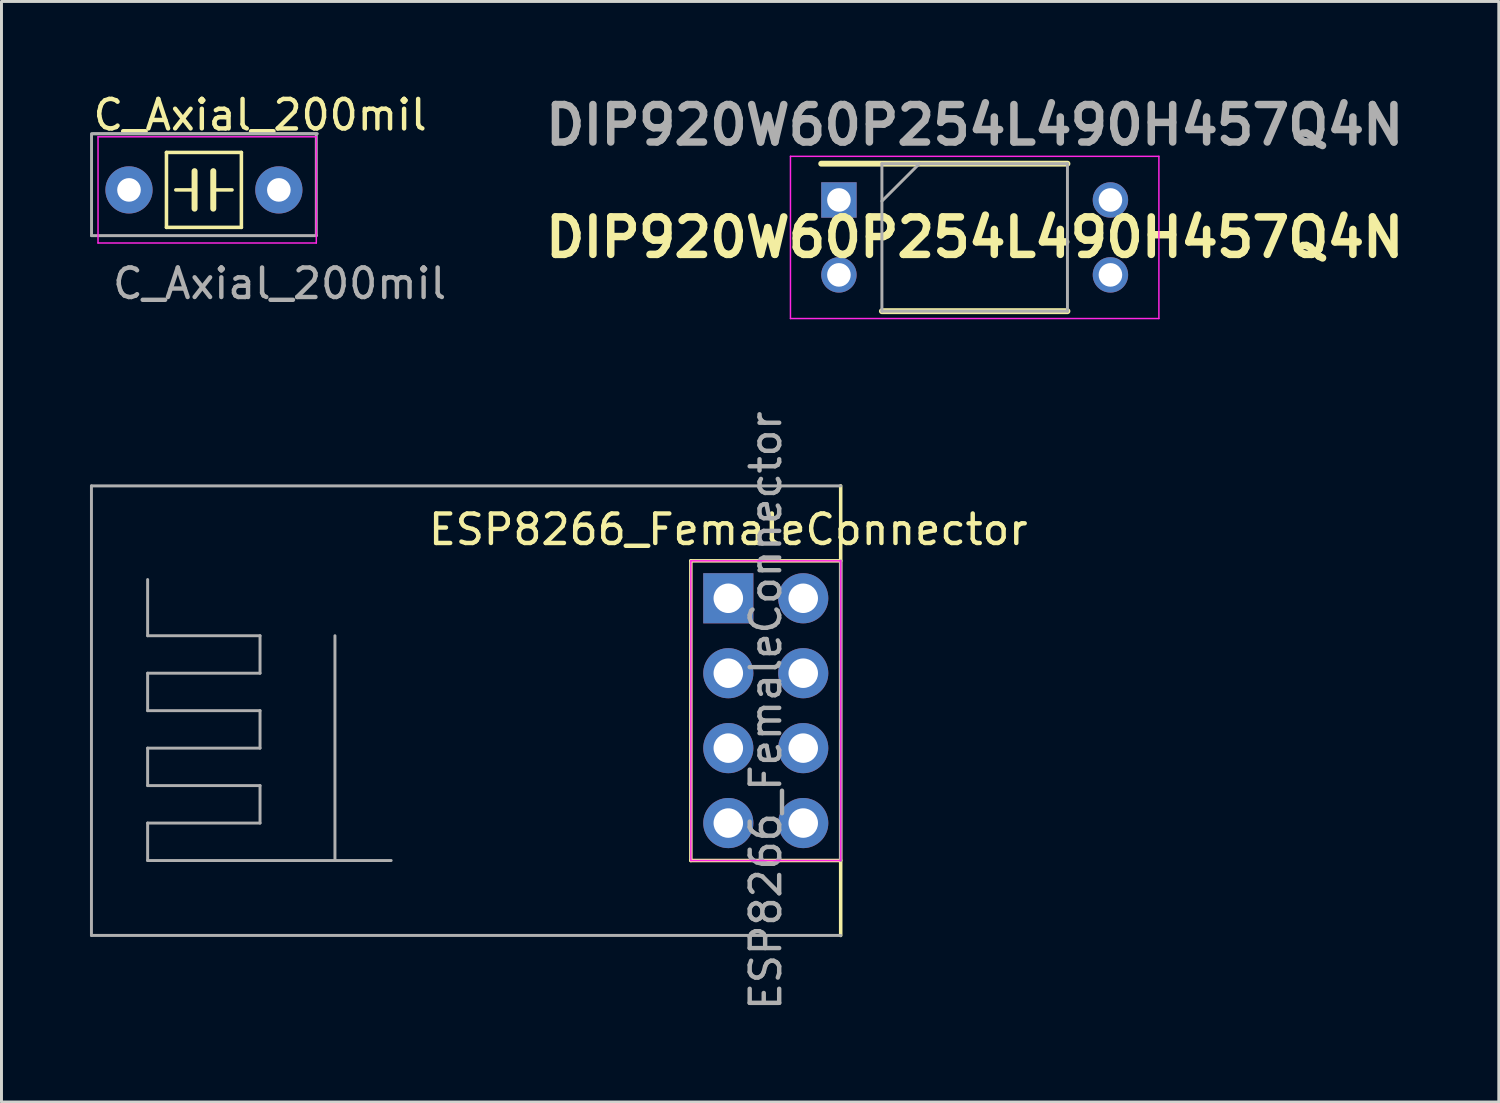
<source format=kicad_pcb>
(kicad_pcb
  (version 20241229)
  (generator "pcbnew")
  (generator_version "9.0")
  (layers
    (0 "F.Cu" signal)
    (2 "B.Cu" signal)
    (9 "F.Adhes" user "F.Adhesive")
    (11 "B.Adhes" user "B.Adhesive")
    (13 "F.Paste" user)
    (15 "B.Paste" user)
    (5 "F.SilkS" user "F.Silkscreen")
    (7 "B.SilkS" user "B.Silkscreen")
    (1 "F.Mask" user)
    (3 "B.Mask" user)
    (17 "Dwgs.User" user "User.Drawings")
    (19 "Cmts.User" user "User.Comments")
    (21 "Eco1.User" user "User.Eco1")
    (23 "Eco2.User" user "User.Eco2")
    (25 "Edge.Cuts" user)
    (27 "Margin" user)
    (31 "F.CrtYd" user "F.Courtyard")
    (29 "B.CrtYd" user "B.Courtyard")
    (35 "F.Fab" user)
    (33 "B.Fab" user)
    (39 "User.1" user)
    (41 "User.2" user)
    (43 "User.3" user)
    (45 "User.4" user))
  (footprint "ESP8266_FemaleConnector"
    (layer "F.Cu")
    (at 21.64 17.232)
    (property "Reference" "ESP8266_FemaleConnector" (at 0 -2.33 0) (layer "F.SilkS") (effects (font (size 1 1) (thickness 0.15))))
    (attr through_hole)
    (fp_line (start -1.27 -1.27) (end -1.27 8.89) (stroke (width 0.12) (type solid)) (layer "F.SilkS"))
    (fp_line (start -1.27 -1.27) (end 3.81 -1.27) (stroke (width 0.12) (type solid)) (layer "F.SilkS"))
    (fp_line (start -1.27 8.89) (end 3.81 8.89) (stroke (width 0.12) (type solid)) (layer "F.SilkS"))
    (fp_line (start 3.81 -3.81) (end 3.81 11.43) (stroke (width 0.12) (type solid)) (layer "F.SilkS"))
    (fp_line (start -1.27 -1.27) (end -1.27 8.89) (stroke (width 0.05) (type solid)) (layer "F.CrtYd"))
    (fp_line (start -1.27 8.89) (end 3.81 8.89) (stroke (width 0.05) (type solid)) (layer "F.CrtYd"))
    (fp_line (start 3.81 -1.27) (end -1.27 -1.27) (stroke (width 0.05) (type solid)) (layer "F.CrtYd"))
    (fp_line (start 3.81 8.89) (end 3.81 -1.27) (stroke (width 0.05) (type solid)) (layer "F.CrtYd"))
    (fp_line (start -21.59 -3.81) (end 3.81 -3.81) (stroke (width 0.1) (type solid)) (layer "F.Fab"))
    (fp_line (start -21.59 11.43) (end -21.59 -3.81) (stroke (width 0.1) (type solid)) (layer "F.Fab"))
    (fp_line (start -19.685 1.27) (end -19.685 -0.635) (stroke (width 0.1) (type default)) (layer "F.Fab"))
    (fp_line (start -19.685 2.54) (end -15.875 2.54) (stroke (width 0.1) (type default)) (layer "F.Fab"))
    (fp_line (start -19.685 3.81) (end -19.685 2.54) (stroke (width 0.1) (type default)) (layer "F.Fab"))
    (fp_line (start -19.685 5.08) (end -15.875 5.08) (stroke (width 0.1) (type default)) (layer "F.Fab"))
    (fp_line (start -19.685 6.35) (end -19.685 5.08) (stroke (width 0.1) (type default)) (layer "F.Fab"))
    (fp_line (start -19.685 7.62) (end -15.875 7.62) (stroke (width 0.1) (type default)) (layer "F.Fab"))
    (fp_line (start -19.685 8.89) (end -19.685 7.62) (stroke (width 0.1) (type default)) (layer "F.Fab"))
    (fp_line (start -15.875 1.27) (end -19.685 1.27) (stroke (width 0.1) (type default)) (layer "F.Fab"))
    (fp_line (start -15.875 2.54) (end -15.875 1.27) (stroke (width 0.1) (type default)) (layer "F.Fab"))
    (fp_line (start -15.875 3.81) (end -19.685 3.81) (stroke (width 0.1) (type default)) (layer "F.Fab"))
    (fp_line (start -15.875 5.08) (end -15.875 3.81) (stroke (width 0.1) (type default)) (layer "F.Fab"))
    (fp_line (start -15.875 6.35) (end -19.685 6.35) (stroke (width 0.1) (type default)) (layer "F.Fab"))
    (fp_line (start -15.875 7.62) (end -15.875 6.35) (stroke (width 0.1) (type default)) (layer "F.Fab"))
    (fp_line (start -13.335 1.27) (end -13.335 8.89) (stroke (width 0.1) (type default)) (layer "F.Fab"))
    (fp_line (start -11.43 8.89) (end -19.685 8.89) (stroke (width 0.1) (type default)) (layer "F.Fab"))
    (fp_line (start 3.81 -1.27) (end 3.81 8.89) (stroke (width 0.1) (type solid)) (layer "F.Fab"))
    (fp_line (start 3.81 11.43) (end -21.59 11.43) (stroke (width 0.1) (type solid)) (layer "F.Fab"))
    (fp_text user "${REFERENCE}" (at 1.27 3.81 90) (layer "F.Fab") (effects (font (size 1 1) (thickness 0.15))))
    (pad "1" thru_hole rect (at 0 0) (size 1.7 1.7) (drill 1) (layers "*.Cu" "*.Mask"))
    (pad "2" thru_hole oval (at 0 2.54) (size 1.7 1.7) (drill 1) (layers "*.Cu" "*.Mask"))
    (pad "3" thru_hole oval (at 0 5.08) (size 1.7 1.7) (drill 1) (layers "*.Cu" "*.Mask"))
    (pad "4" thru_hole oval (at 0 7.62) (size 1.7 1.7) (drill 1) (layers "*.Cu" "*.Mask"))
    (pad "5" thru_hole oval (at 2.54 7.62) (size 1.7 1.7) (drill 1) (layers "*.Cu" "*.Mask"))
    (pad "6" thru_hole oval (at 2.54 5.08) (size 1.7 1.7) (drill 1) (layers "*.Cu" "*.Mask"))
    (pad "7" thru_hole oval (at 2.54 2.54) (size 1.7 1.7) (drill 1) (layers "*.Cu" "*.Mask"))
    (pad "8" thru_hole oval (at 2.54 0) (size 1.7 1.7) (drill 1) (layers "*.Cu" "*.Mask")))
  (footprint "DIP920W60P254L490H457Q4N"
    (layer "F.Cu")
    (at 29.992 4.999)
    (property "Reference" "DIP920W60P254L490H457Q4N" (at 0 0 0) (layer "F.SilkS") (effects (font (size 1.27 1.27) (thickness 0.254))))
    (attr through_hole)
    (fp_line (start -5.202 -2.5) (end 3.145 -2.5) (stroke (width 0.2) (type solid)) (layer "F.SilkS"))
    (fp_line (start -3.145 2.5) (end 3.145 2.5) (stroke (width 0.2) (type solid)) (layer "F.SilkS"))
    (fp_line (start -6.245 -2.75) (end 6.245 -2.75) (stroke (width 0.05) (type solid)) (layer "F.CrtYd"))
    (fp_line (start -6.245 2.75) (end -6.245 -2.75) (stroke (width 0.05) (type solid)) (layer "F.CrtYd"))
    (fp_line (start 6.245 -2.75) (end 6.245 2.75) (stroke (width 0.05) (type solid)) (layer "F.CrtYd"))
    (fp_line (start 6.245 2.75) (end -6.245 2.75) (stroke (width 0.05) (type solid)) (layer "F.CrtYd"))
    (fp_line (start -3.145 -2.5) (end 3.145 -2.5) (stroke (width 0.1) (type solid)) (layer "F.Fab"))
    (fp_line (start -3.145 -1.23) (end -1.875 -2.5) (stroke (width 0.1) (type solid)) (layer "F.Fab"))
    (fp_line (start -3.145 2.5) (end -3.145 -2.5) (stroke (width 0.1) (type solid)) (layer "F.Fab"))
    (fp_line (start 3.145 -2.5) (end 3.145 2.5) (stroke (width 0.1) (type solid)) (layer "F.Fab"))
    (fp_line (start 3.145 2.5) (end -3.145 2.5) (stroke (width 0.1) (type solid)) (layer "F.Fab"))
    (fp_text user "${REFERENCE}" (at 0 -3.81 0) (layer "F.Fab") (effects (font (size 1.27 1.27) (thickness 0.254))))
    (pad "1" thru_hole rect (at -4.602 -1.27) (size 1.2 1.2) (drill 0.8) (layers "*.Cu" "*.Mask"))
    (pad "2" thru_hole circle (at -4.602 1.27) (size 1.2 1.2) (drill 0.8) (layers "*.Cu" "*.Mask"))
    (pad "3" thru_hole circle (at 4.602 1.27) (size 1.2 1.2) (drill 0.8) (layers "*.Cu" "*.Mask"))
    (pad "4" thru_hole circle (at 4.602 -1.27) (size 1.2 1.2) (drill 0.8) (layers "*.Cu" "*.Mask")))
  (footprint "C_Axial_200mil"
    (layer "F.Cu")
    (at 1.323 3.388)
    (property "Reference" "C_Axial_200mil" (at 4.445 -2.54 0) (layer "F.SilkS") (effects (font (size 1 1) (thickness 0.15))))
    (attr through_hole)
    (fp_line (start 1.27 -1.27) (end 1.27 1.27) (stroke (width 0.12) (type solid)) (layer "F.SilkS"))
    (fp_line (start 1.27 1.27) (end 3.81 1.27) (stroke (width 0.12) (type solid)) (layer "F.SilkS"))
    (fp_line (start 2.223 0) (end 1.587 0) (stroke (width 0.12) (type solid)) (layer "F.SilkS"))
    (fp_line (start 2.223 0.635) (end 2.223 -0.635) (stroke (width 0.203) (type solid)) (layer "F.SilkS"))
    (fp_line (start 2.857 0.635) (end 2.857 -0.635) (stroke (width 0.203) (type solid)) (layer "F.SilkS"))
    (fp_line (start 3.493 0) (end 2.857 0) (stroke (width 0.12) (type solid)) (layer "F.SilkS"))
    (fp_line (start 3.81 -1.27) (end 1.27 -1.27) (stroke (width 0.12) (type solid)) (layer "F.SilkS"))
    (fp_line (start 3.81 1.27) (end 3.81 -1.27) (stroke (width 0.12) (type solid)) (layer "F.SilkS"))
    (fp_line (start -1.05 -1.8) (end -1.05 1.8) (stroke (width 0.05) (type solid)) (layer "F.CrtYd"))
    (fp_line (start -1.05 1.8) (end 6.35 1.8) (stroke (width 0.05) (type solid)) (layer "F.CrtYd"))
    (fp_line (start 6.35 -1.8) (end -1.05 -1.8) (stroke (width 0.05) (type solid)) (layer "F.CrtYd"))
    (fp_line (start 6.35 1.8) (end 6.35 -1.8) (stroke (width 0.05) (type solid)) (layer "F.CrtYd"))
    (fp_line (start -1.27 -1.905) (end -1.27 1.55) (stroke (width 0.1) (type solid)) (layer "F.Fab"))
    (fp_line (start -1.27 1.55) (end 6.35 1.55) (stroke (width 0.1) (type solid)) (layer "F.Fab"))
    (fp_line (start 6.35 -1.905) (end -1.205 -1.905) (stroke (width 0.1) (type solid)) (layer "F.Fab"))
    (fp_line (start 6.35 1.55) (end 6.35 -1.905) (stroke (width 0.1) (type solid)) (layer "F.Fab"))
    (fp_line (start 6.383 -1.905) (end -1.238 -1.905) (stroke (width 0.1) (type solid)) (layer "F.Fab"))
    (fp_text user "${REFERENCE}" (at -0.635 3.175 0) (layer "F.Fab") (effects (font (size 1 1) (thickness 0.15)) (justify left)))
    (pad "1" thru_hole circle (at 0 0) (size 1.6 1.6) (drill 0.8) (layers "*.Cu" "*.Mask"))
    (pad "2" thru_hole oval (at 5.08 0) (size 1.6 1.6) (drill 0.8) (layers "*.Cu" "*.Mask")))
  (gr_rect
    (start -3 -3)
    (end 47.76 34.309)
    (stroke (width 0.1) (type default))
    (fill no)
    (layer "Edge.Cuts")))
</source>
